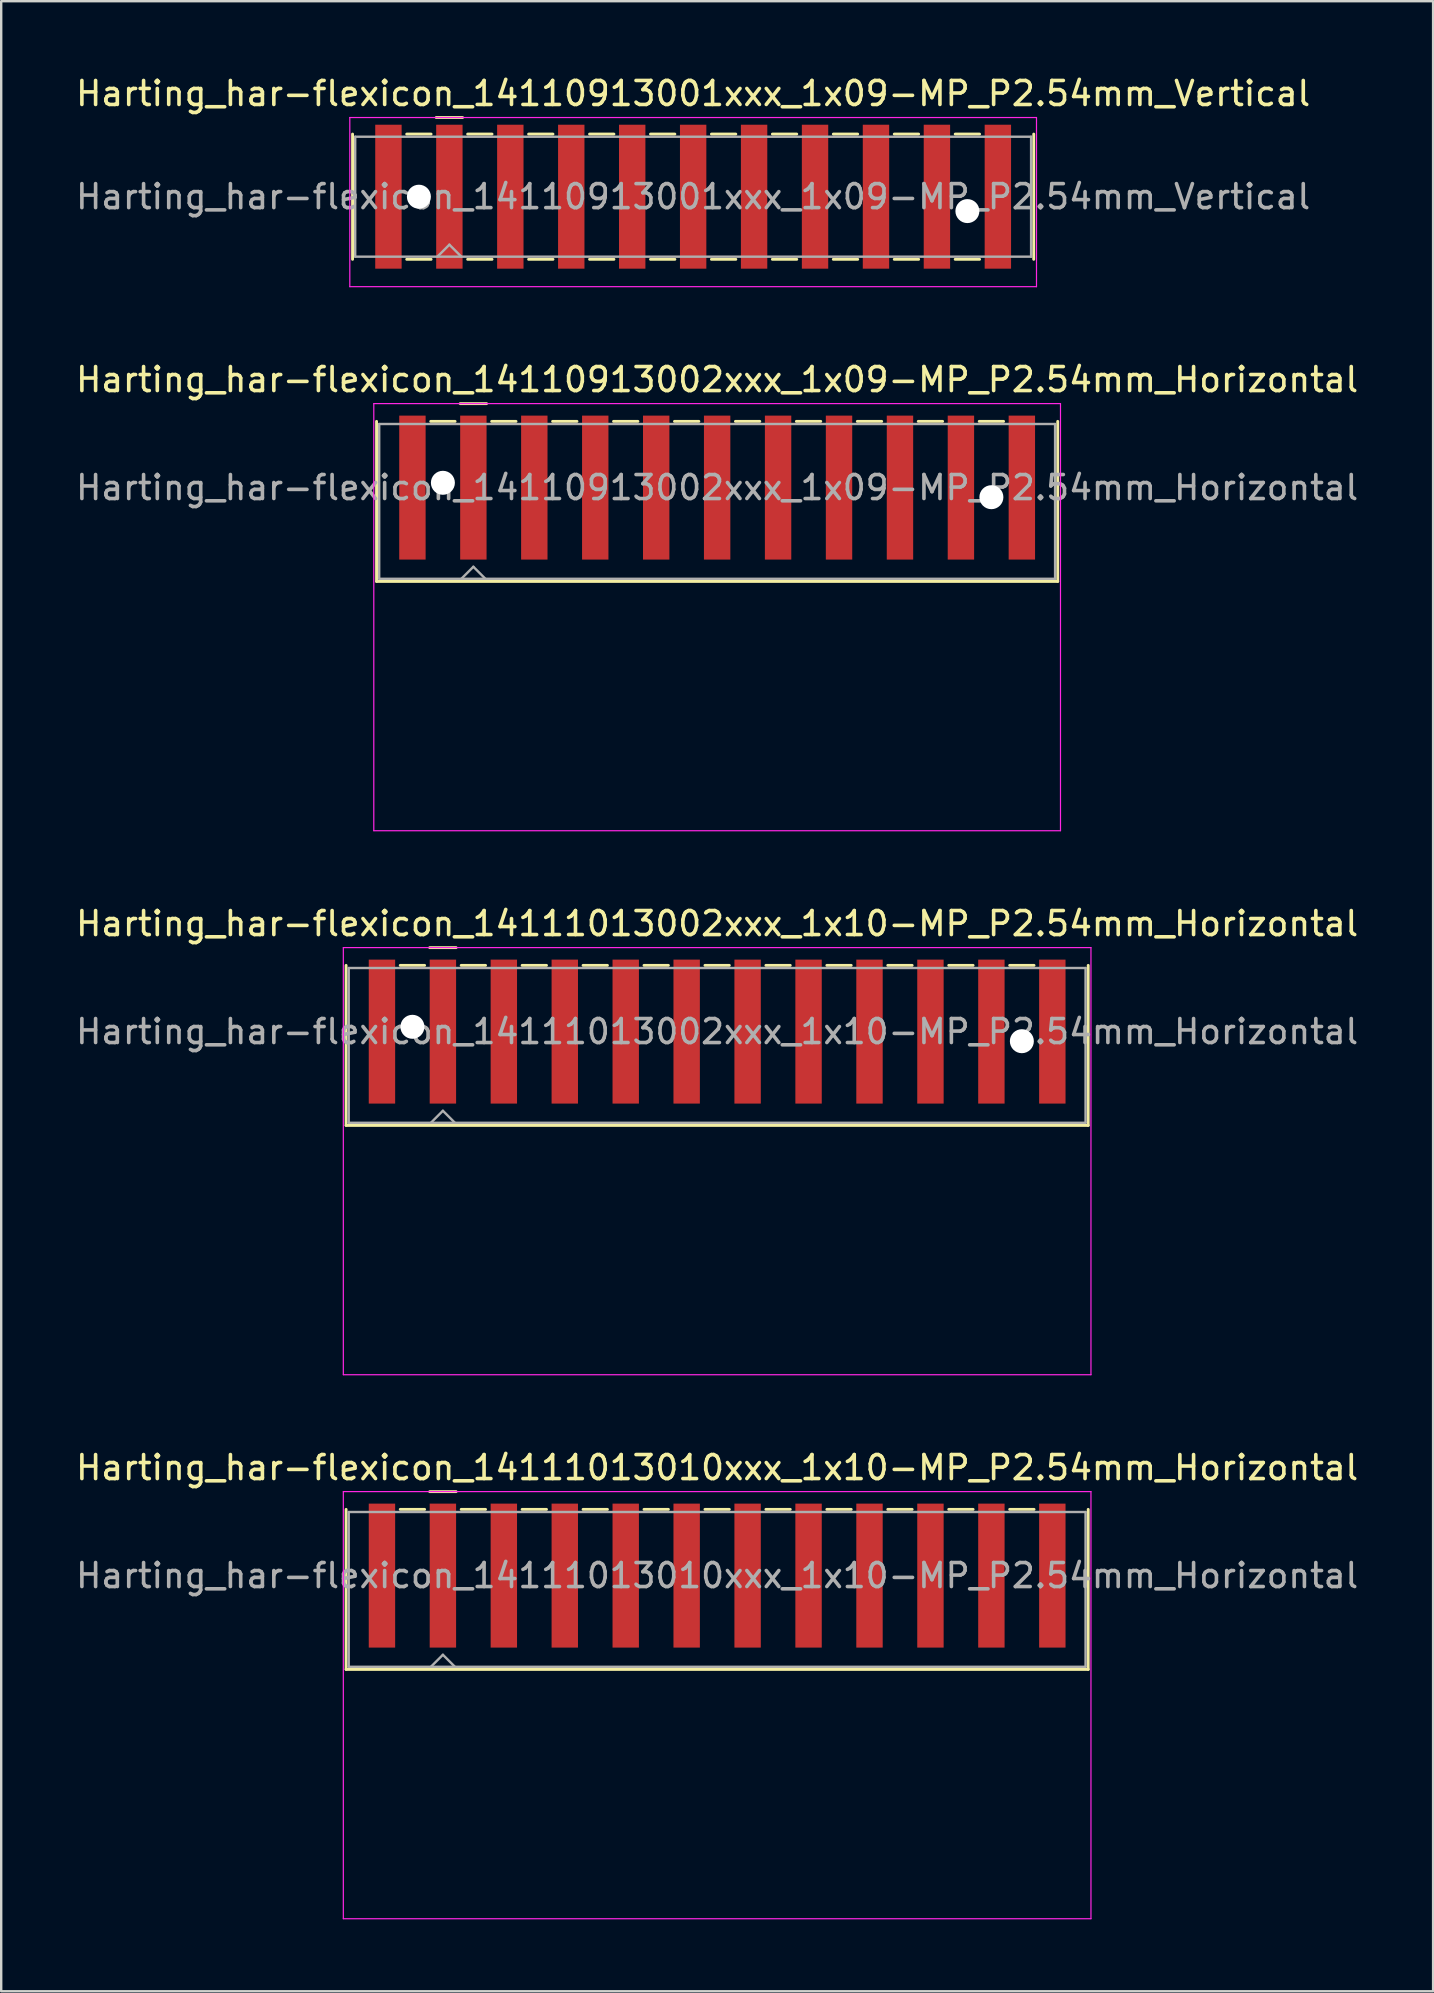
<source format=kicad_pcb>
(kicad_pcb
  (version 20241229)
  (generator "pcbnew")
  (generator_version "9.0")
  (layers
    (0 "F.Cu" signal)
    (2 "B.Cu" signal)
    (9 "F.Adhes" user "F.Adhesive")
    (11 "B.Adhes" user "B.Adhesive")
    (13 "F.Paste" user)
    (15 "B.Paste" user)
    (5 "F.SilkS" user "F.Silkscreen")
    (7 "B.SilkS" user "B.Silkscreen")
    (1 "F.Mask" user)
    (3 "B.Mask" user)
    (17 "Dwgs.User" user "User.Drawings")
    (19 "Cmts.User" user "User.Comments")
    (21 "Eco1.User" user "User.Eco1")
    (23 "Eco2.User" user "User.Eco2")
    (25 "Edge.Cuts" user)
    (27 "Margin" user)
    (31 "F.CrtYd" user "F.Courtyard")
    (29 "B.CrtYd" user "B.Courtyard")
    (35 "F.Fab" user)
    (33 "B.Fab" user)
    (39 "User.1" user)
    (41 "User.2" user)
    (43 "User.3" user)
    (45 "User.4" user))
  (footprint "Harting_har-flexicon_14111013010xxx_1x10-MP_P2.54mm_Horizontal"
    (layer "F.Cu")
    (at 26.839 63.918)
    (property "Reference" "Harting_har-flexicon_14111013010xxx_1x10-MP_P2.54mm_Horizontal" (at 0 -5.8 0) (layer "F.SilkS") (effects (font (size 1 1) (thickness 0.15))))
    (attr smd)
    (fp_line (start -15.465 -4.06) (end -15.465 2.61) (stroke (width 0.12) (type solid)) (layer "F.SilkS"))
    (fp_line (start -13.208 -4.06) (end -12.192 -4.06) (stroke (width 0.12) (type solid)) (layer "F.SilkS"))
    (fp_line (start -11.98 -4.8) (end -10.88 -4.8) (stroke (width 0.12) (type solid)) (layer "F.SilkS"))
    (fp_line (start -10.668 -4.06) (end -9.652 -4.06) (stroke (width 0.12) (type solid)) (layer "F.SilkS"))
    (fp_line (start -8.128 -4.06) (end -7.112 -4.06) (stroke (width 0.12) (type solid)) (layer "F.SilkS"))
    (fp_line (start -5.588 -4.06) (end -4.572 -4.06) (stroke (width 0.12) (type solid)) (layer "F.SilkS"))
    (fp_line (start -3.048 -4.06) (end -2.032 -4.06) (stroke (width 0.12) (type solid)) (layer "F.SilkS"))
    (fp_line (start -0.508 -4.06) (end 0.508 -4.06) (stroke (width 0.12) (type solid)) (layer "F.SilkS"))
    (fp_line (start 2.032 -4.06) (end 3.048 -4.06) (stroke (width 0.12) (type solid)) (layer "F.SilkS"))
    (fp_line (start 4.572 -4.06) (end 5.588 -4.06) (stroke (width 0.12) (type solid)) (layer "F.SilkS"))
    (fp_line (start 7.112 -4.06) (end 8.128 -4.06) (stroke (width 0.12) (type solid)) (layer "F.SilkS"))
    (fp_line (start 9.652 -4.06) (end 10.668 -4.06) (stroke (width 0.12) (type solid)) (layer "F.SilkS"))
    (fp_line (start 12.192 -4.06) (end 13.208 -4.06) (stroke (width 0.12) (type solid)) (layer "F.SilkS"))
    (fp_line (start 15.465 -4.06) (end 15.465 2.61) (stroke (width 0.12) (type solid)) (layer "F.SilkS"))
    (fp_line (start 15.465 2.61) (end -15.465 2.61) (stroke (width 0.12) (type solid)) (layer "F.SilkS"))
    (fp_line (start -15.58 -4.8) (end -15.58 13) (stroke (width 0.05) (type solid)) (layer "F.CrtYd"))
    (fp_line (start -15.58 13) (end 15.58 13) (stroke (width 0.05) (type solid)) (layer "F.CrtYd"))
    (fp_line (start 15.58 -4.8) (end -15.58 -4.8) (stroke (width 0.05) (type solid)) (layer "F.CrtYd"))
    (fp_line (start 15.58 13) (end 15.58 -4.8) (stroke (width 0.05) (type solid)) (layer "F.CrtYd"))
    (fp_line (start -15.355 -3.95) (end -15.355 2.5) (stroke (width 0.1) (type solid)) (layer "F.Fab"))
    (fp_line (start -15.355 2.5) (end 15.355 2.5) (stroke (width 0.1) (type solid)) (layer "F.Fab"))
    (fp_line (start -11.93 2.5) (end -11.43 2) (stroke (width 0.1) (type solid)) (layer "F.Fab"))
    (fp_line (start -11.43 2) (end -10.93 2.5) (stroke (width 0.1) (type solid)) (layer "F.Fab"))
    (fp_line (start 15.355 -3.95) (end -15.355 -3.95) (stroke (width 0.1) (type solid)) (layer "F.Fab"))
    (fp_line (start 15.355 2.5) (end 15.355 -3.95) (stroke (width 0.1) (type solid)) (layer "F.Fab"))
    (fp_text user "${REFERENCE}" (at 0 -1.3 0) (layer "F.Fab") (effects (font (size 1 1) (thickness 0.15))))
    (pad "1" smd rect (at -11.43 -1.3) (size 1.1 6) (layers "F.Cu" "F.Mask" "F.Paste"))
    (pad "2" smd rect (at -8.89 -1.3) (size 1.1 6) (layers "F.Cu" "F.Mask" "F.Paste"))
    (pad "3" smd rect (at -6.35 -1.3) (size 1.1 6) (layers "F.Cu" "F.Mask" "F.Paste"))
    (pad "4" smd rect (at -3.81 -1.3) (size 1.1 6) (layers "F.Cu" "F.Mask" "F.Paste"))
    (pad "5" smd rect (at -1.27 -1.3) (size 1.1 6) (layers "F.Cu" "F.Mask" "F.Paste"))
    (pad "6" smd rect (at 1.27 -1.3) (size 1.1 6) (layers "F.Cu" "F.Mask" "F.Paste"))
    (pad "7" smd rect (at 3.81 -1.3) (size 1.1 6) (layers "F.Cu" "F.Mask" "F.Paste"))
    (pad "8" smd rect (at 6.35 -1.3) (size 1.1 6) (layers "F.Cu" "F.Mask" "F.Paste"))
    (pad "9" smd rect (at 8.89 -1.3) (size 1.1 6) (layers "F.Cu" "F.Mask" "F.Paste"))
    (pad "10" smd rect (at 11.43 -1.3) (size 1.1 6) (layers "F.Cu" "F.Mask" "F.Paste"))
    (pad "MP" smd rect (at -13.97 -1.3) (size 1.1 6) (layers "F.Cu" "F.Mask" "F.Paste"))
    (pad "MP" smd rect (at 13.97 -1.3) (size 1.1 6) (layers "F.Cu" "F.Mask" "F.Paste")))
  (footprint "Harting_har-flexicon_14110913001xxx_1x09-MP_P2.54mm_Vertical"
    (layer "F.Cu")
    (at 25.839 5.148)
    (property "Reference" "Harting_har-flexicon_14110913001xxx_1x09-MP_P2.54mm_Vertical" (at 0 -4.3 0) (layer "F.SilkS") (effects (font (size 1 1) (thickness 0.15))))
    (attr smd)
    (fp_line (start -14.195 -2.61) (end -14.195 2.61) (stroke (width 0.12) (type solid)) (layer "F.SilkS"))
    (fp_line (start -11.938 -2.61) (end -10.922 -2.61) (stroke (width 0.12) (type solid)) (layer "F.SilkS"))
    (fp_line (start -11.938 2.61) (end -10.922 2.61) (stroke (width 0.12) (type solid)) (layer "F.SilkS"))
    (fp_line (start -10.71 -3.3) (end -9.61 -3.3) (stroke (width 0.12) (type solid)) (layer "F.SilkS"))
    (fp_line (start -9.398 -2.61) (end -8.382 -2.61) (stroke (width 0.12) (type solid)) (layer "F.SilkS"))
    (fp_line (start -9.398 2.61) (end -8.382 2.61) (stroke (width 0.12) (type solid)) (layer "F.SilkS"))
    (fp_line (start -6.858 -2.61) (end -5.842 -2.61) (stroke (width 0.12) (type solid)) (layer "F.SilkS"))
    (fp_line (start -6.858 2.61) (end -5.842 2.61) (stroke (width 0.12) (type solid)) (layer "F.SilkS"))
    (fp_line (start -4.318 -2.61) (end -3.302 -2.61) (stroke (width 0.12) (type solid)) (layer "F.SilkS"))
    (fp_line (start -4.318 2.61) (end -3.302 2.61) (stroke (width 0.12) (type solid)) (layer "F.SilkS"))
    (fp_line (start -1.778 -2.61) (end -0.762 -2.61) (stroke (width 0.12) (type solid)) (layer "F.SilkS"))
    (fp_line (start -1.778 2.61) (end -0.762 2.61) (stroke (width 0.12) (type solid)) (layer "F.SilkS"))
    (fp_line (start 0.762 -2.61) (end 1.778 -2.61) (stroke (width 0.12) (type solid)) (layer "F.SilkS"))
    (fp_line (start 0.762 2.61) (end 1.778 2.61) (stroke (width 0.12) (type solid)) (layer "F.SilkS"))
    (fp_line (start 3.302 -2.61) (end 4.318 -2.61) (stroke (width 0.12) (type solid)) (layer "F.SilkS"))
    (fp_line (start 3.302 2.61) (end 4.318 2.61) (stroke (width 0.12) (type solid)) (layer "F.SilkS"))
    (fp_line (start 5.842 -2.61) (end 6.858 -2.61) (stroke (width 0.12) (type solid)) (layer "F.SilkS"))
    (fp_line (start 5.842 2.61) (end 6.858 2.61) (stroke (width 0.12) (type solid)) (layer "F.SilkS"))
    (fp_line (start 8.382 -2.61) (end 9.398 -2.61) (stroke (width 0.12) (type solid)) (layer "F.SilkS"))
    (fp_line (start 8.382 2.61) (end 9.398 2.61) (stroke (width 0.12) (type solid)) (layer "F.SilkS"))
    (fp_line (start 10.922 -2.61) (end 11.938 -2.61) (stroke (width 0.12) (type solid)) (layer "F.SilkS"))
    (fp_line (start 10.922 2.61) (end 11.938 2.61) (stroke (width 0.12) (type solid)) (layer "F.SilkS"))
    (fp_line (start 14.195 -2.61) (end 14.195 2.61) (stroke (width 0.12) (type solid)) (layer "F.SilkS"))
    (fp_line (start -14.31 -3.3) (end -14.31 3.75) (stroke (width 0.05) (type solid)) (layer "F.CrtYd"))
    (fp_line (start -14.31 3.75) (end 14.31 3.75) (stroke (width 0.05) (type solid)) (layer "F.CrtYd"))
    (fp_line (start 14.31 -3.3) (end -14.31 -3.3) (stroke (width 0.05) (type solid)) (layer "F.CrtYd"))
    (fp_line (start 14.31 3.75) (end 14.31 -3.3) (stroke (width 0.05) (type solid)) (layer "F.CrtYd"))
    (fp_line (start -14.085 -2.5) (end -14.085 2.5) (stroke (width 0.1) (type solid)) (layer "F.Fab"))
    (fp_line (start -14.085 2.5) (end 14.085 2.5) (stroke (width 0.1) (type solid)) (layer "F.Fab"))
    (fp_line (start -10.66 2.5) (end -10.16 2) (stroke (width 0.1) (type solid)) (layer "F.Fab"))
    (fp_line (start -10.16 2) (end -9.66 2.5) (stroke (width 0.1) (type solid)) (layer "F.Fab"))
    (fp_line (start 14.085 -2.5) (end -14.085 -2.5) (stroke (width 0.1) (type solid)) (layer "F.Fab"))
    (fp_line (start 14.085 2.5) (end 14.085 -2.5) (stroke (width 0.1) (type solid)) (layer "F.Fab"))
    (fp_text user "${REFERENCE}" (at 0 0 0) (layer "F.Fab") (effects (font (size 1 1) (thickness 0.15))))
    (pad "" np_thru_hole circle (at -11.43 0) (size 1 1) (drill 1) (layers "*.Cu" "*.Mask"))
    (pad "" np_thru_hole circle (at 11.43 0.6) (size 1 1) (drill 1) (layers "*.Cu" "*.Mask"))
    (pad "1" smd rect (at -10.16 0) (size 1.1 6) (layers "F.Cu" "F.Mask" "F.Paste"))
    (pad "2" smd rect (at -7.62 0) (size 1.1 6) (layers "F.Cu" "F.Mask" "F.Paste"))
    (pad "3" smd rect (at -5.08 0) (size 1.1 6) (layers "F.Cu" "F.Mask" "F.Paste"))
    (pad "4" smd rect (at -2.54 0) (size 1.1 6) (layers "F.Cu" "F.Mask" "F.Paste"))
    (pad "5" smd rect (at 0 0) (size 1.1 6) (layers "F.Cu" "F.Mask" "F.Paste"))
    (pad "6" smd rect (at 2.54 0) (size 1.1 6) (layers "F.Cu" "F.Mask" "F.Paste"))
    (pad "7" smd rect (at 5.08 0) (size 1.1 6) (layers "F.Cu" "F.Mask" "F.Paste"))
    (pad "8" smd rect (at 7.62 0) (size 1.1 6) (layers "F.Cu" "F.Mask" "F.Paste"))
    (pad "9" smd rect (at 10.16 0) (size 1.1 6) (layers "F.Cu" "F.Mask" "F.Paste"))
    (pad "MP" smd rect (at -12.7 0) (size 1.1 6) (layers "F.Cu" "F.Mask" "F.Paste"))
    (pad "MP" smd rect (at 12.7 0) (size 1.1 6) (layers "F.Cu" "F.Mask" "F.Paste")))
  (footprint "Harting_har-flexicon_14110913002xxx_1x09-MP_P2.54mm_Horizontal"
    (layer "F.Cu")
    (at 26.839 18.572)
    (property "Reference" "Harting_har-flexicon_14110913002xxx_1x09-MP_P2.54mm_Horizontal" (at 0 -5.8 0) (layer "F.SilkS") (effects (font (size 1 1) (thickness 0.15))))
    (attr smd)
    (fp_line (start -14.195 -4.06) (end -14.195 2.61) (stroke (width 0.12) (type solid)) (layer "F.SilkS"))
    (fp_line (start -11.938 -4.06) (end -10.922 -4.06) (stroke (width 0.12) (type solid)) (layer "F.SilkS"))
    (fp_line (start -10.71 -4.8) (end -9.61 -4.8) (stroke (width 0.12) (type solid)) (layer "F.SilkS"))
    (fp_line (start -9.398 -4.06) (end -8.382 -4.06) (stroke (width 0.12) (type solid)) (layer "F.SilkS"))
    (fp_line (start -6.858 -4.06) (end -5.842 -4.06) (stroke (width 0.12) (type solid)) (layer "F.SilkS"))
    (fp_line (start -4.318 -4.06) (end -3.302 -4.06) (stroke (width 0.12) (type solid)) (layer "F.SilkS"))
    (fp_line (start -1.778 -4.06) (end -0.762 -4.06) (stroke (width 0.12) (type solid)) (layer "F.SilkS"))
    (fp_line (start 0.762 -4.06) (end 1.778 -4.06) (stroke (width 0.12) (type solid)) (layer "F.SilkS"))
    (fp_line (start 3.302 -4.06) (end 4.318 -4.06) (stroke (width 0.12) (type solid)) (layer "F.SilkS"))
    (fp_line (start 5.842 -4.06) (end 6.858 -4.06) (stroke (width 0.12) (type solid)) (layer "F.SilkS"))
    (fp_line (start 8.382 -4.06) (end 9.398 -4.06) (stroke (width 0.12) (type solid)) (layer "F.SilkS"))
    (fp_line (start 10.922 -4.06) (end 11.938 -4.06) (stroke (width 0.12) (type solid)) (layer "F.SilkS"))
    (fp_line (start 14.195 -4.06) (end 14.195 2.61) (stroke (width 0.12) (type solid)) (layer "F.SilkS"))
    (fp_line (start 14.195 2.61) (end -14.195 2.61) (stroke (width 0.12) (type solid)) (layer "F.SilkS"))
    (fp_line (start -14.31 -4.8) (end -14.31 13) (stroke (width 0.05) (type solid)) (layer "F.CrtYd"))
    (fp_line (start -14.31 13) (end 14.31 13) (stroke (width 0.05) (type solid)) (layer "F.CrtYd"))
    (fp_line (start 14.31 -4.8) (end -14.31 -4.8) (stroke (width 0.05) (type solid)) (layer "F.CrtYd"))
    (fp_line (start 14.31 13) (end 14.31 -4.8) (stroke (width 0.05) (type solid)) (layer "F.CrtYd"))
    (fp_line (start -14.085 -3.95) (end -14.085 2.5) (stroke (width 0.1) (type solid)) (layer "F.Fab"))
    (fp_line (start -14.085 2.5) (end 14.085 2.5) (stroke (width 0.1) (type solid)) (layer "F.Fab"))
    (fp_line (start -10.66 2.5) (end -10.16 2) (stroke (width 0.1) (type solid)) (layer "F.Fab"))
    (fp_line (start -10.16 2) (end -9.66 2.5) (stroke (width 0.1) (type solid)) (layer "F.Fab"))
    (fp_line (start 14.085 -3.95) (end -14.085 -3.95) (stroke (width 0.1) (type solid)) (layer "F.Fab"))
    (fp_line (start 14.085 2.5) (end 14.085 -3.95) (stroke (width 0.1) (type solid)) (layer "F.Fab"))
    (fp_text user "${REFERENCE}" (at 0 -1.3 0) (layer "F.Fab") (effects (font (size 1 1) (thickness 0.15))))
    (pad "" np_thru_hole circle (at -11.43 -1.5) (size 1 1) (drill 1) (layers "*.Cu" "*.Mask"))
    (pad "" np_thru_hole circle (at 11.43 -0.9) (size 1 1) (drill 1) (layers "*.Cu" "*.Mask"))
    (pad "1" smd rect (at -10.16 -1.3) (size 1.1 6) (layers "F.Cu" "F.Mask" "F.Paste"))
    (pad "2" smd rect (at -7.62 -1.3) (size 1.1 6) (layers "F.Cu" "F.Mask" "F.Paste"))
    (pad "3" smd rect (at -5.08 -1.3) (size 1.1 6) (layers "F.Cu" "F.Mask" "F.Paste"))
    (pad "4" smd rect (at -2.54 -1.3) (size 1.1 6) (layers "F.Cu" "F.Mask" "F.Paste"))
    (pad "5" smd rect (at 0 -1.3) (size 1.1 6) (layers "F.Cu" "F.Mask" "F.Paste"))
    (pad "6" smd rect (at 2.54 -1.3) (size 1.1 6) (layers "F.Cu" "F.Mask" "F.Paste"))
    (pad "7" smd rect (at 5.08 -1.3) (size 1.1 6) (layers "F.Cu" "F.Mask" "F.Paste"))
    (pad "8" smd rect (at 7.62 -1.3) (size 1.1 6) (layers "F.Cu" "F.Mask" "F.Paste"))
    (pad "9" smd rect (at 10.16 -1.3) (size 1.1 6) (layers "F.Cu" "F.Mask" "F.Paste"))
    (pad "MP" smd rect (at -12.7 -1.3) (size 1.1 6) (layers "F.Cu" "F.Mask" "F.Paste"))
    (pad "MP" smd rect (at 12.7 -1.3) (size 1.1 6) (layers "F.Cu" "F.Mask" "F.Paste")))
  (footprint "Harting_har-flexicon_14111013002xxx_1x10-MP_P2.54mm_Horizontal"
    (layer "F.Cu")
    (at 26.839 41.245)
    (property "Reference" "Harting_har-flexicon_14111013002xxx_1x10-MP_P2.54mm_Horizontal" (at 0 -5.8 0) (layer "F.SilkS") (effects (font (size 1 1) (thickness 0.15))))
    (attr smd)
    (fp_line (start -15.465 -4.06) (end -15.465 2.61) (stroke (width 0.12) (type solid)) (layer "F.SilkS"))
    (fp_line (start -13.208 -4.06) (end -12.192 -4.06) (stroke (width 0.12) (type solid)) (layer "F.SilkS"))
    (fp_line (start -11.98 -4.8) (end -10.88 -4.8) (stroke (width 0.12) (type solid)) (layer "F.SilkS"))
    (fp_line (start -10.668 -4.06) (end -9.652 -4.06) (stroke (width 0.12) (type solid)) (layer "F.SilkS"))
    (fp_line (start -8.128 -4.06) (end -7.112 -4.06) (stroke (width 0.12) (type solid)) (layer "F.SilkS"))
    (fp_line (start -5.588 -4.06) (end -4.572 -4.06) (stroke (width 0.12) (type solid)) (layer "F.SilkS"))
    (fp_line (start -3.048 -4.06) (end -2.032 -4.06) (stroke (width 0.12) (type solid)) (layer "F.SilkS"))
    (fp_line (start -0.508 -4.06) (end 0.508 -4.06) (stroke (width 0.12) (type solid)) (layer "F.SilkS"))
    (fp_line (start 2.032 -4.06) (end 3.048 -4.06) (stroke (width 0.12) (type solid)) (layer "F.SilkS"))
    (fp_line (start 4.572 -4.06) (end 5.588 -4.06) (stroke (width 0.12) (type solid)) (layer "F.SilkS"))
    (fp_line (start 7.112 -4.06) (end 8.128 -4.06) (stroke (width 0.12) (type solid)) (layer "F.SilkS"))
    (fp_line (start 9.652 -4.06) (end 10.668 -4.06) (stroke (width 0.12) (type solid)) (layer "F.SilkS"))
    (fp_line (start 12.192 -4.06) (end 13.208 -4.06) (stroke (width 0.12) (type solid)) (layer "F.SilkS"))
    (fp_line (start 15.465 -4.06) (end 15.465 2.61) (stroke (width 0.12) (type solid)) (layer "F.SilkS"))
    (fp_line (start 15.465 2.61) (end -15.465 2.61) (stroke (width 0.12) (type solid)) (layer "F.SilkS"))
    (fp_line (start -15.58 -4.8) (end -15.58 13) (stroke (width 0.05) (type solid)) (layer "F.CrtYd"))
    (fp_line (start -15.58 13) (end 15.58 13) (stroke (width 0.05) (type solid)) (layer "F.CrtYd"))
    (fp_line (start 15.58 -4.8) (end -15.58 -4.8) (stroke (width 0.05) (type solid)) (layer "F.CrtYd"))
    (fp_line (start 15.58 13) (end 15.58 -4.8) (stroke (width 0.05) (type solid)) (layer "F.CrtYd"))
    (fp_line (start -15.355 -3.95) (end -15.355 2.5) (stroke (width 0.1) (type solid)) (layer "F.Fab"))
    (fp_line (start -15.355 2.5) (end 15.355 2.5) (stroke (width 0.1) (type solid)) (layer "F.Fab"))
    (fp_line (start -11.93 2.5) (end -11.43 2) (stroke (width 0.1) (type solid)) (layer "F.Fab"))
    (fp_line (start -11.43 2) (end -10.93 2.5) (stroke (width 0.1) (type solid)) (layer "F.Fab"))
    (fp_line (start 15.355 -3.95) (end -15.355 -3.95) (stroke (width 0.1) (type solid)) (layer "F.Fab"))
    (fp_line (start 15.355 2.5) (end 15.355 -3.95) (stroke (width 0.1) (type solid)) (layer "F.Fab"))
    (fp_text user "${REFERENCE}" (at 0 -1.3 0) (layer "F.Fab") (effects (font (size 1 1) (thickness 0.15))))
    (pad "" np_thru_hole circle (at -12.7 -1.5) (size 1 1) (drill 1) (layers "*.Cu" "*.Mask"))
    (pad "" np_thru_hole circle (at 12.7 -0.9) (size 1 1) (drill 1) (layers "*.Cu" "*.Mask"))
    (pad "1" smd rect (at -11.43 -1.3) (size 1.1 6) (layers "F.Cu" "F.Mask" "F.Paste"))
    (pad "2" smd rect (at -8.89 -1.3) (size 1.1 6) (layers "F.Cu" "F.Mask" "F.Paste"))
    (pad "3" smd rect (at -6.35 -1.3) (size 1.1 6) (layers "F.Cu" "F.Mask" "F.Paste"))
    (pad "4" smd rect (at -3.81 -1.3) (size 1.1 6) (layers "F.Cu" "F.Mask" "F.Paste"))
    (pad "5" smd rect (at -1.27 -1.3) (size 1.1 6) (layers "F.Cu" "F.Mask" "F.Paste"))
    (pad "6" smd rect (at 1.27 -1.3) (size 1.1 6) (layers "F.Cu" "F.Mask" "F.Paste"))
    (pad "7" smd rect (at 3.81 -1.3) (size 1.1 6) (layers "F.Cu" "F.Mask" "F.Paste"))
    (pad "8" smd rect (at 6.35 -1.3) (size 1.1 6) (layers "F.Cu" "F.Mask" "F.Paste"))
    (pad "9" smd rect (at 8.89 -1.3) (size 1.1 6) (layers "F.Cu" "F.Mask" "F.Paste"))
    (pad "10" smd rect (at 11.43 -1.3) (size 1.1 6) (layers "F.Cu" "F.Mask" "F.Paste"))
    (pad "MP" smd rect (at -13.97 -1.3) (size 1.1 6) (layers "F.Cu" "F.Mask" "F.Paste"))
    (pad "MP" smd rect (at 13.97 -1.3) (size 1.1 6) (layers "F.Cu" "F.Mask" "F.Paste")))
  (gr_rect
    (start -3 -3)
    (end 56.679 79.943)
    (stroke (width 0.1) (type default))
    (fill no)
    (layer "Edge.Cuts")))
</source>
